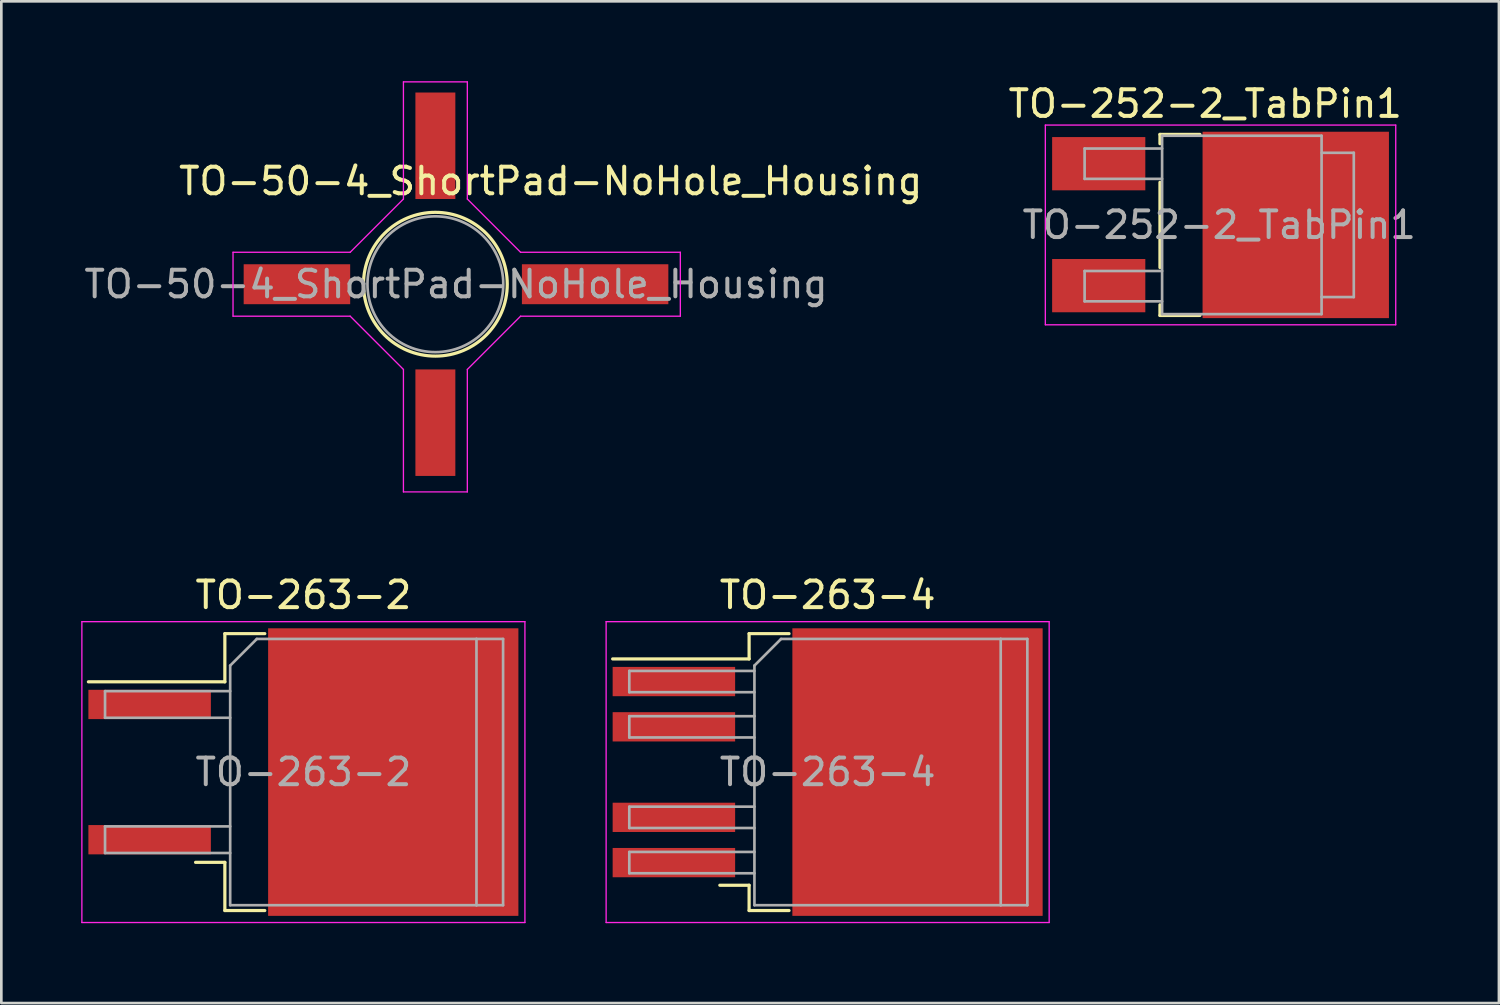
<source format=kicad_pcb>
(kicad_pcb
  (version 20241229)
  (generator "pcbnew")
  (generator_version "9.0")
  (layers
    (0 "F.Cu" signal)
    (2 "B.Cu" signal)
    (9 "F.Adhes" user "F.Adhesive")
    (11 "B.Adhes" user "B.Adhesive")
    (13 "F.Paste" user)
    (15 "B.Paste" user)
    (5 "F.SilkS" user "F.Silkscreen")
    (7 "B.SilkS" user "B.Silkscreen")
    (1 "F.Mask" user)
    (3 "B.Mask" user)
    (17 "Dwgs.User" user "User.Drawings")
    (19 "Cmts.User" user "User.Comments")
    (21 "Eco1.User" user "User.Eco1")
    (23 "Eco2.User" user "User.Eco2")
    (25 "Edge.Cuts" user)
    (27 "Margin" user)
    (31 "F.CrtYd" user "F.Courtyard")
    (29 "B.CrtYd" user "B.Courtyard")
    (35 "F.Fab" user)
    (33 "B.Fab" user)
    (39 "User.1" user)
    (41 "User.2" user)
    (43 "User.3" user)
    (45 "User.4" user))
  (footprint "TO-263-4"
    (layer "F.Cu")
    (at 28.035 25.948)
    (property "Reference" "TO-263-4" (at 0 -6.65 0) (layer "F.SilkS") (effects (font (size 1 1) (thickness 0.15))))
    (attr smd)
    (fp_line (start -2.95 -5.2) (end -2.95 -4.25) (stroke (width 0.12) (type solid)) (layer "F.SilkS"))
    (fp_line (start -2.95 -4.25) (end -8.075 -4.25) (stroke (width 0.12) (type solid)) (layer "F.SilkS"))
    (fp_line (start -2.95 4.25) (end -4.05 4.25) (stroke (width 0.12) (type solid)) (layer "F.SilkS"))
    (fp_line (start -2.95 5.2) (end -2.95 4.25) (stroke (width 0.12) (type solid)) (layer "F.SilkS"))
    (fp_line (start -1.45 -5.2) (end -2.95 -5.2) (stroke (width 0.12) (type solid)) (layer "F.SilkS"))
    (fp_line (start -1.45 5.2) (end -2.95 5.2) (stroke (width 0.12) (type solid)) (layer "F.SilkS"))
    (fp_line (start -8.32 -5.65) (end -8.32 5.65) (stroke (width 0.05) (type solid)) (layer "F.CrtYd"))
    (fp_line (start -8.32 5.65) (end 8.32 5.65) (stroke (width 0.05) (type solid)) (layer "F.CrtYd"))
    (fp_line (start 8.32 -5.65) (end -8.32 -5.65) (stroke (width 0.05) (type solid)) (layer "F.CrtYd"))
    (fp_line (start 8.32 5.65) (end 8.32 -5.65) (stroke (width 0.05) (type solid)) (layer "F.CrtYd"))
    (fp_line (start -7.45 -3.8) (end -7.45 -3) (stroke (width 0.1) (type solid)) (layer "F.Fab"))
    (fp_line (start -7.45 -3) (end -2.75 -3) (stroke (width 0.1) (type solid)) (layer "F.Fab"))
    (fp_line (start -7.45 -2.1) (end -7.45 -1.3) (stroke (width 0.1) (type solid)) (layer "F.Fab"))
    (fp_line (start -7.45 -1.3) (end -2.75 -1.3) (stroke (width 0.1) (type solid)) (layer "F.Fab"))
    (fp_line (start -7.45 1.3) (end -7.45 2.1) (stroke (width 0.1) (type solid)) (layer "F.Fab"))
    (fp_line (start -7.45 2.1) (end -2.75 2.1) (stroke (width 0.1) (type solid)) (layer "F.Fab"))
    (fp_line (start -7.45 3) (end -7.45 3.8) (stroke (width 0.1) (type solid)) (layer "F.Fab"))
    (fp_line (start -7.45 3.8) (end -2.75 3.8) (stroke (width 0.1) (type solid)) (layer "F.Fab"))
    (fp_line (start -2.75 -4) (end -1.75 -5) (stroke (width 0.1) (type solid)) (layer "F.Fab"))
    (fp_line (start -2.75 -3.8) (end -7.45 -3.8) (stroke (width 0.1) (type solid)) (layer "F.Fab"))
    (fp_line (start -2.75 -2.1) (end -7.45 -2.1) (stroke (width 0.1) (type solid)) (layer "F.Fab"))
    (fp_line (start -2.75 1.3) (end -7.45 1.3) (stroke (width 0.1) (type solid)) (layer "F.Fab"))
    (fp_line (start -2.75 3) (end -7.45 3) (stroke (width 0.1) (type solid)) (layer "F.Fab"))
    (fp_line (start -2.75 5) (end -2.75 -4) (stroke (width 0.1) (type solid)) (layer "F.Fab"))
    (fp_line (start -1.75 -5) (end 6.5 -5) (stroke (width 0.1) (type solid)) (layer "F.Fab"))
    (fp_line (start 6.5 -5) (end 6.5 5) (stroke (width 0.1) (type solid)) (layer "F.Fab"))
    (fp_line (start 6.5 -5) (end 7.5 -5) (stroke (width 0.1) (type solid)) (layer "F.Fab"))
    (fp_line (start 6.5 5) (end -2.75 5) (stroke (width 0.1) (type solid)) (layer "F.Fab"))
    (fp_line (start 7.5 -5) (end 7.5 5) (stroke (width 0.1) (type solid)) (layer "F.Fab"))
    (fp_line (start 7.5 5) (end 6.5 5) (stroke (width 0.1) (type solid)) (layer "F.Fab"))
    (fp_text user "${REFERENCE}" (at 0 0 0) (layer "F.Fab") (effects (font (size 1 1) (thickness 0.15))))
    (pad "" smd rect (at 0.95 -2.775) (size 4.55 5.25) (layers "F.Paste"))
    (pad "" smd rect (at 0.95 2.775) (size 4.55 5.25) (layers "F.Paste"))
    (pad "" smd rect (at 5.8 -2.775) (size 4.55 5.25) (layers "F.Paste"))
    (pad "" smd rect (at 5.8 2.775) (size 4.55 5.25) (layers "F.Paste"))
    (pad "1" smd rect (at -5.775 -3.4) (size 4.6 1.1) (layers "F.Cu" "F.Mask" "F.Paste"))
    (pad "2" smd rect (at -5.775 -1.7) (size 4.6 1.1) (layers "F.Cu" "F.Mask" "F.Paste"))
    (pad "3" smd rect (at 3.375 0) (size 9.4 10.8) (layers "F.Cu" "F.Mask"))
    (pad "4" smd rect (at -5.775 1.7) (size 4.6 1.1) (layers "F.Cu" "F.Mask" "F.Paste"))
    (pad "5" smd rect (at -5.775 3.4) (size 4.6 1.1) (layers "F.Cu" "F.Mask" "F.Paste")))
  (footprint "TO-50-4_ShortPad-NoHole_Housing"
    (layer "F.Cu")
    (at 13.702 7.625)
    (property "Reference" "TO-50-4_ShortPad-NoHole_Housing" (at 3.93 -3.87 0) (layer "F.SilkS") (effects (font (size 1 1) (thickness 0.15))))
    (attr smd)
    (fp_circle (center -0.4 0) (end -0.4 -2.7) (stroke (width 0.12) (type solid)) (fill no) (layer "F.SilkS"))
    (fp_line (start -8 -1.2) (end -3.6 -1.2) (stroke (width 0.05) (type solid)) (layer "F.CrtYd"))
    (fp_line (start -8 1.2) (end -8 -1.2) (stroke (width 0.05) (type solid)) (layer "F.CrtYd"))
    (fp_line (start -3.6 -1.2) (end -1.6 -3.2) (stroke (width 0.05) (type solid)) (layer "F.CrtYd"))
    (fp_line (start -3.6 1.2) (end -8 1.2) (stroke (width 0.05) (type solid)) (layer "F.CrtYd"))
    (fp_line (start -1.6 -7.6) (end 0.8 -7.6) (stroke (width 0.05) (type solid)) (layer "F.CrtYd"))
    (fp_line (start -1.6 -3.2) (end -1.6 -7.6) (stroke (width 0.05) (type solid)) (layer "F.CrtYd"))
    (fp_line (start -1.6 3.2) (end -3.6 1.2) (stroke (width 0.05) (type solid)) (layer "F.CrtYd"))
    (fp_line (start -1.6 7.8) (end -1.6 3.2) (stroke (width 0.05) (type solid)) (layer "F.CrtYd"))
    (fp_line (start 0.8 -7.6) (end 0.8 -3.2) (stroke (width 0.05) (type solid)) (layer "F.CrtYd"))
    (fp_line (start 0.8 -3.2) (end 2.8 -1.2) (stroke (width 0.05) (type solid)) (layer "F.CrtYd"))
    (fp_line (start 0.8 3.2) (end 0.8 7.8) (stroke (width 0.05) (type solid)) (layer "F.CrtYd"))
    (fp_line (start 0.8 7.8) (end -1.6 7.8) (stroke (width 0.05) (type solid)) (layer "F.CrtYd"))
    (fp_line (start 2.8 -1.2) (end 8.8 -1.2) (stroke (width 0.05) (type solid)) (layer "F.CrtYd"))
    (fp_line (start 2.8 1.2) (end 0.8 3.2) (stroke (width 0.05) (type solid)) (layer "F.CrtYd"))
    (fp_line (start 8.8 -1.2) (end 8.8 1.2) (stroke (width 0.05) (type solid)) (layer "F.CrtYd"))
    (fp_line (start 8.8 1.2) (end 2.8 1.2) (stroke (width 0.05) (type solid)) (layer "F.CrtYd"))
    (fp_circle (center -0.4 0) (end -0.35 -2.55) (stroke (width 0.1) (type solid)) (fill no) (layer "F.Fab"))
    (fp_text user "${REFERENCE}" (at 0.375 0 0) (layer "F.Fab") (effects (font (size 1 1) (thickness 0.15))))
    (pad "1" smd rect (at -5.6 0 270) (size 1.5 4) (layers "F.Cu" "F.Mask" "F.Paste"))
    (pad "2" smd rect (at -0.4 5.2 270) (size 4 1.5) (layers "F.Cu" "F.Mask" "F.Paste"))
    (pad "3" smd rect (at 5.6 0 270) (size 1.5 5.5) (layers "F.Cu" "F.Mask" "F.Paste"))
    (pad "4" smd rect (at -0.4 -5.2 270) (size 4 1.5) (layers "F.Cu" "F.Mask" "F.Paste")))
  (footprint "TO-263-2"
    (layer "F.Cu")
    (at 8.345 25.948)
    (property "Reference" "TO-263-2" (at 0 -6.65 0) (layer "F.SilkS") (effects (font (size 1 1) (thickness 0.15))))
    (attr smd)
    (fp_line (start -2.95 -5.2) (end -2.95 -3.39) (stroke (width 0.12) (type solid)) (layer "F.SilkS"))
    (fp_line (start -2.95 -3.39) (end -8.075 -3.39) (stroke (width 0.12) (type solid)) (layer "F.SilkS"))
    (fp_line (start -2.95 3.39) (end -4.05 3.39) (stroke (width 0.12) (type solid)) (layer "F.SilkS"))
    (fp_line (start -2.95 5.2) (end -2.95 3.39) (stroke (width 0.12) (type solid)) (layer "F.SilkS"))
    (fp_line (start -1.45 -5.2) (end -2.95 -5.2) (stroke (width 0.12) (type solid)) (layer "F.SilkS"))
    (fp_line (start -1.45 5.2) (end -2.95 5.2) (stroke (width 0.12) (type solid)) (layer "F.SilkS"))
    (fp_line (start -8.32 -5.65) (end -8.32 5.65) (stroke (width 0.05) (type solid)) (layer "F.CrtYd"))
    (fp_line (start -8.32 5.65) (end 8.32 5.65) (stroke (width 0.05) (type solid)) (layer "F.CrtYd"))
    (fp_line (start 8.32 -5.65) (end -8.32 -5.65) (stroke (width 0.05) (type solid)) (layer "F.CrtYd"))
    (fp_line (start 8.32 5.65) (end 8.32 -5.65) (stroke (width 0.05) (type solid)) (layer "F.CrtYd"))
    (fp_line (start -7.45 -3.04) (end -7.45 -2.04) (stroke (width 0.1) (type solid)) (layer "F.Fab"))
    (fp_line (start -7.45 -2.04) (end -2.75 -2.04) (stroke (width 0.1) (type solid)) (layer "F.Fab"))
    (fp_line (start -7.45 2.04) (end -7.45 3.04) (stroke (width 0.1) (type solid)) (layer "F.Fab"))
    (fp_line (start -7.45 3.04) (end -2.75 3.04) (stroke (width 0.1) (type solid)) (layer "F.Fab"))
    (fp_line (start -2.75 -4) (end -1.75 -5) (stroke (width 0.1) (type solid)) (layer "F.Fab"))
    (fp_line (start -2.75 -3.04) (end -7.45 -3.04) (stroke (width 0.1) (type solid)) (layer "F.Fab"))
    (fp_line (start -2.75 2.04) (end -7.45 2.04) (stroke (width 0.1) (type solid)) (layer "F.Fab"))
    (fp_line (start -2.75 5) (end -2.75 -4) (stroke (width 0.1) (type solid)) (layer "F.Fab"))
    (fp_line (start -1.75 -5) (end 6.5 -5) (stroke (width 0.1) (type solid)) (layer "F.Fab"))
    (fp_line (start 6.5 -5) (end 6.5 5) (stroke (width 0.1) (type solid)) (layer "F.Fab"))
    (fp_line (start 6.5 -5) (end 7.5 -5) (stroke (width 0.1) (type solid)) (layer "F.Fab"))
    (fp_line (start 6.5 5) (end -2.75 5) (stroke (width 0.1) (type solid)) (layer "F.Fab"))
    (fp_line (start 7.5 -5) (end 7.5 5) (stroke (width 0.1) (type solid)) (layer "F.Fab"))
    (fp_line (start 7.5 5) (end 6.5 5) (stroke (width 0.1) (type solid)) (layer "F.Fab"))
    (fp_text user "${REFERENCE}" (at 0 0 0) (layer "F.Fab") (effects (font (size 1 1) (thickness 0.15))))
    (pad "" smd rect (at 0.95 -2.775) (size 4.55 5.25) (layers "F.Paste"))
    (pad "" smd rect (at 0.95 2.775) (size 4.55 5.25) (layers "F.Paste"))
    (pad "" smd rect (at 5.8 -2.775) (size 4.55 5.25) (layers "F.Paste"))
    (pad "" smd rect (at 5.8 2.775) (size 4.55 5.25) (layers "F.Paste"))
    (pad "1" smd rect (at -5.775 -2.54) (size 4.6 1.1) (layers "F.Cu" "F.Mask" "F.Paste"))
    (pad "2" smd rect (at 3.375 0) (size 9.4 10.8) (layers "F.Cu" "F.Mask"))
    (pad "3" smd rect (at -5.775 2.54) (size 4.6 1.1) (layers "F.Cu" "F.Mask" "F.Paste")))
  (footprint "TO-252-2_TabPin1"
    (layer "F.Cu")
    (at 42.791 5.398)
    (property "Reference" "TO-252-2_TabPin1" (at -0.575 -4.55 0) (layer "F.SilkS") (effects (font (size 1 1) (thickness 0.15))))
    (attr smd)
    (fp_line (start -2.275 -3.4) (end -0.775 -3.4) (stroke (width 0.12) (type solid)) (layer "F.SilkS"))
    (fp_line (start -2.275 -3.05) (end -2.275 -3.4) (stroke (width 0.12) (type solid)) (layer "F.SilkS"))
    (fp_line (start -2.275 1.6) (end -2.275 -1.6) (stroke (width 0.12) (type solid)) (layer "F.SilkS"))
    (fp_line (start -2.275 3.4) (end -2.275 3) (stroke (width 0.12) (type solid)) (layer "F.SilkS"))
    (fp_line (start -0.775 3.4) (end -2.275 3.4) (stroke (width 0.12) (type solid)) (layer "F.SilkS"))
    (fp_line (start -6.58 3.75) (end -6.58 -3.75) (stroke (width 0.05) (type solid)) (layer "F.CrtYd"))
    (fp_line (start -6.58 3.75) (end 6.58 3.75) (stroke (width 0.05) (type solid)) (layer "F.CrtYd"))
    (fp_line (start 6.58 -3.75) (end -6.58 -3.75) (stroke (width 0.05) (type solid)) (layer "F.CrtYd"))
    (fp_line (start 6.58 -3.75) (end 6.58 3.75) (stroke (width 0.05) (type solid)) (layer "F.CrtYd"))
    (fp_line (start -5.105 -2.87) (end -5.105 -1.73) (stroke (width 0.1) (type solid)) (layer "F.Fab"))
    (fp_line (start -5.105 -1.73) (end -2.195 -1.73) (stroke (width 0.1) (type solid)) (layer "F.Fab"))
    (fp_line (start -5.105 1.73) (end -5.105 2.87) (stroke (width 0.1) (type solid)) (layer "F.Fab"))
    (fp_line (start -5.105 2.87) (end -2.195 2.87) (stroke (width 0.1) (type solid)) (layer "F.Fab"))
    (fp_line (start -2.195 -2.87) (end -5.105 -2.87) (stroke (width 0.1) (type solid)) (layer "F.Fab"))
    (fp_line (start -2.195 1.73) (end -5.105 1.73) (stroke (width 0.1) (type solid)) (layer "F.Fab"))
    (fp_line (start -2.195 3.35) (end -2.195 -3.35) (stroke (width 0.1) (type solid)) (layer "F.Fab"))
    (fp_line (start -2.195 3.35) (end 3.795 3.35) (stroke (width 0.1) (type solid)) (layer "F.Fab"))
    (fp_line (start 3.795 -3.35) (end -2.195 -3.35) (stroke (width 0.1) (type solid)) (layer "F.Fab"))
    (fp_line (start 3.795 3.35) (end 3.795 -3.35) (stroke (width 0.1) (type solid)) (layer "F.Fab"))
    (fp_line (start 3.805 -2.71) (end 5.005 -2.71) (stroke (width 0.1) (type solid)) (layer "F.Fab"))
    (fp_line (start 5.005 -2.71) (end 5.005 2.71) (stroke (width 0.1) (type solid)) (layer "F.Fab"))
    (fp_line (start 5.005 2.71) (end 3.795 2.71) (stroke (width 0.1) (type solid)) (layer "F.Fab"))
    (fp_text user "${REFERENCE}" (at -0.05 0 0) (layer "F.Fab") (effects (font (size 1 1) (thickness 0.15))))
    (pad "" smd rect (at 1.05 -1.8 270) (size 3.3 3.3) (layers "F.Paste"))
    (pad "" smd rect (at 1.05 1.8 270) (size 3.3 3.3) (layers "F.Paste"))
    (pad "" smd rect (at 4.6 -1.8 270) (size 3.3 3.3) (layers "F.Paste"))
    (pad "" smd rect (at 4.6 1.8 270) (size 3.3 3.3) (layers "F.Paste"))
    (pad "1" smd rect (at -4.575 -2.3) (size 3.5 2) (layers "F.Cu" "F.Mask" "F.Paste"))
    (pad "1" smd rect (at 2.825 0) (size 7 7) (layers "F.Cu" "F.Mask"))
    (pad "2" smd rect (at -4.575 2.28) (size 3.5 2) (layers "F.Cu" "F.Mask" "F.Paste")))
  (gr_rect
    (start -3 -3)
    (end 53.247 34.623)
    (stroke (width 0.1) (type default))
    (fill no)
    (layer "Edge.Cuts")))
</source>
